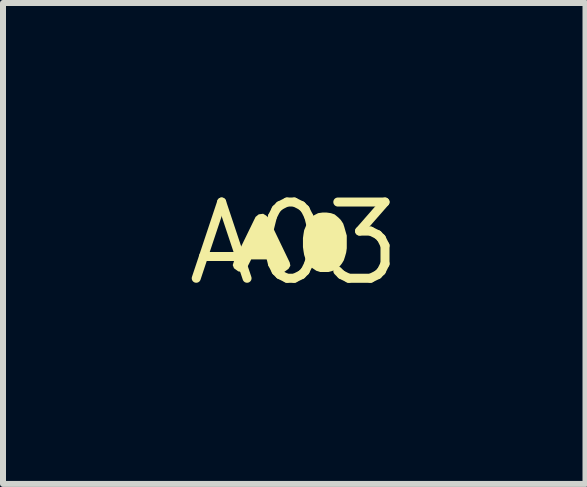
<source format=kicad_pcb>
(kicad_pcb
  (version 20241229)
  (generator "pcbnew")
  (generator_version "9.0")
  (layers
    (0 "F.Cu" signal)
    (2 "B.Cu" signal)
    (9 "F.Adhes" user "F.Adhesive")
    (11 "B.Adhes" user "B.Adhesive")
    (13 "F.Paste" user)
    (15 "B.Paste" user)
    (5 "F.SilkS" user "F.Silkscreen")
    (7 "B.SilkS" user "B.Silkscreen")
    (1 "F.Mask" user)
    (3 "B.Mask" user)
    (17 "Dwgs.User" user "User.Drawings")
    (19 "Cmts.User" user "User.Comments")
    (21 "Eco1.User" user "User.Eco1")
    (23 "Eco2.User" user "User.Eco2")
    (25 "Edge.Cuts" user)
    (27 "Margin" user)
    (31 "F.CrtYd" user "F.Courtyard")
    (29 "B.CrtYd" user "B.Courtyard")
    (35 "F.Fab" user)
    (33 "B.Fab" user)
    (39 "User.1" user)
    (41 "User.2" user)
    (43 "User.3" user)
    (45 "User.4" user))
  (footprint "A03"
    (layer "F.Cu")
    (at 1.852 1.006)
    (property "Reference" "A03" (at 0 0 0) (layer "F.SilkS") (effects (font (size 1.27 1.27) (thickness 0.15))))
    (fp_poly (pts (xy -0.467 -0.464) (xy -0.436 -0.433) (xy -0.075 0.318) (xy -0.065 0.371) (xy -0.096 0.423) (xy -0.168 0.475) (xy -0.232 0.475) (xy -0.284 0.433) (xy -0.344 0.303) (xy -0.382 0.265) (xy -0.717 0.265) (xy -0.776 0.382) (xy -0.806 0.444) (xy -0.869 0.475) (xy -0.932 0.465) (xy -1.004 0.413) (xy -1.025 0.36) (xy -1.005 0.298) (xy -0.674 -0.382) (xy -0.644 -0.443) (xy -0.592 -0.485) (xy -0.519 -0.495)) (stroke (width 0) (type default)) (fill yes) (layer "F.SilkS"))
    (fp_poly (pts (xy 0.611 -0.505) (xy 0.672 -0.484) (xy 0.733 -0.434) (xy 0.774 -0.393) (xy 0.815 -0.332) (xy 0.835 -0.271) (xy 0.856 -0.196) (xy 0.856 -0.196) (xy 0.875 -0.131) (xy 0.875 0.08) (xy 0.865 0.151) (xy 0.845 0.221) (xy 0.825 0.282) (xy 0.794 0.333) (xy 0.754 0.384) (xy 0.703 0.424) (xy 0.642 0.455) (xy 0.571 0.475) (xy 0.429 0.475) (xy 0.368 0.455) (xy 0.307 0.414) (xy 0.256 0.374) (xy 0.216 0.323) (xy 0.185 0.252) (xy 0.165 0.191) (xy 0.155 0.131) (xy 0.145 0.06) (xy 0.145 -0.09) (xy 0.155 -0.161) (xy 0.165 -0.221) (xy 0.195 -0.292) (xy 0.216 -0.352) (xy 0.256 -0.403) (xy 0.276 -0.444) (xy 0.338 -0.474) (xy 0.398 -0.505) (xy 0.47 -0.515) (xy 0.54 -0.515)) (stroke (width 0) (type default)) (fill yes) (layer "F.SilkS")))
  (gr_rect
    (start -3 -3)
    (end 6.704 5.012)
    (stroke (width 0.1) (type default))
    (fill no)
    (layer "Edge.Cuts")))
</source>
